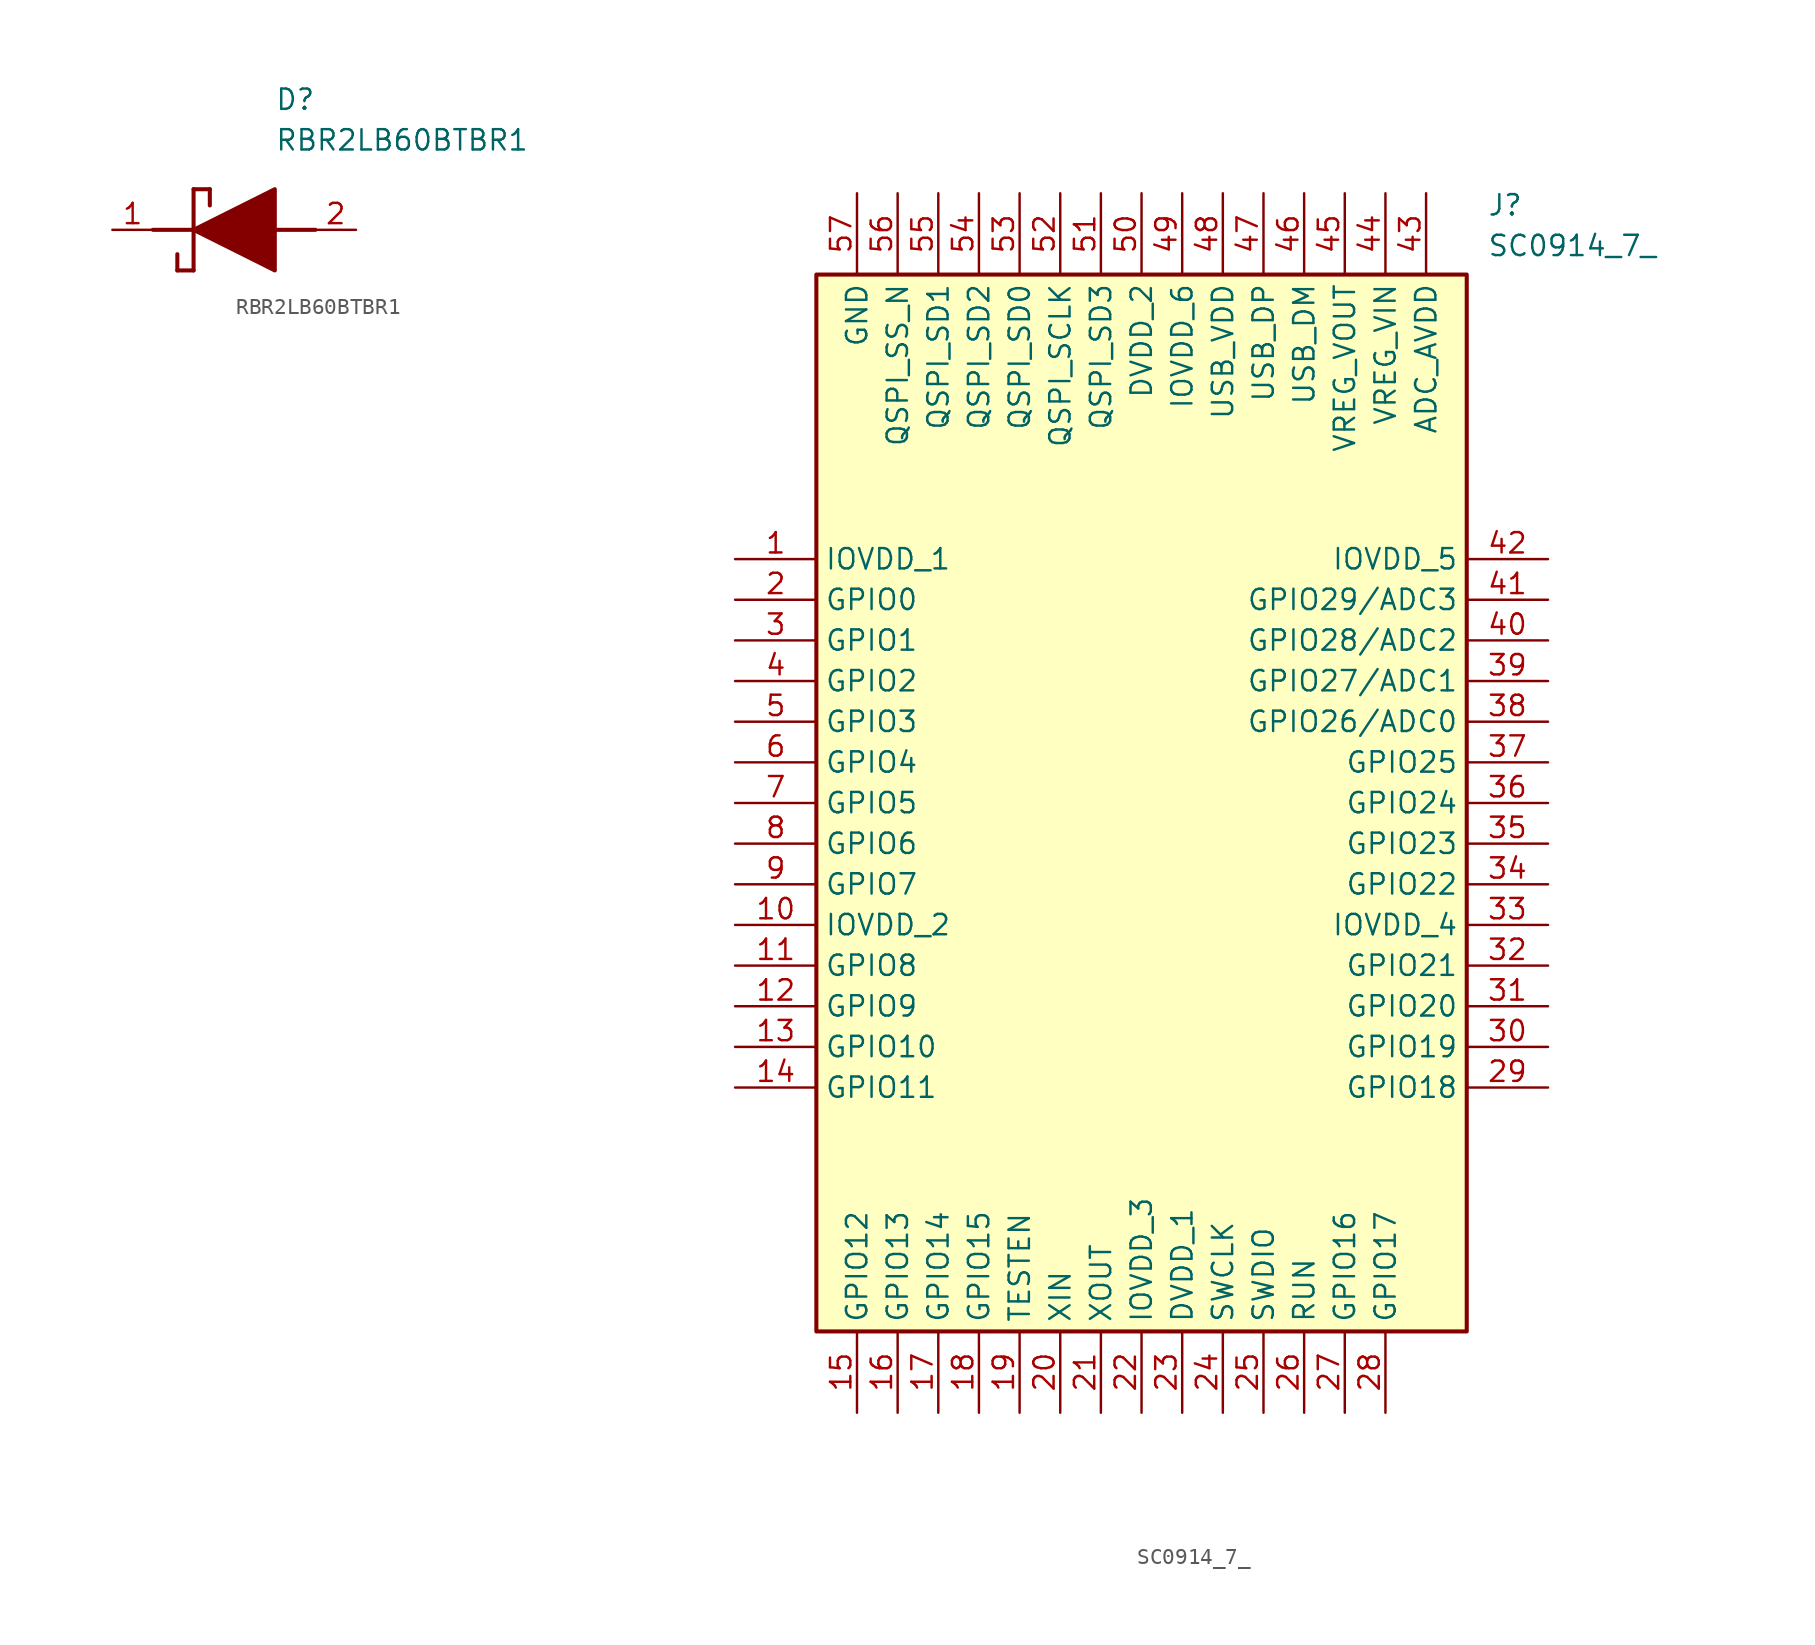
<source format=kicad_sym>
(kicad_symbol_lib
  (version 20231120)
  (generator "kicad_symbol_editor")
  (generator_version "8.0")
  (symbol "RBR2LB60BTBR1"
    (pin_names hide)
    (property "Reference" "D"
      (at 12.7 8.89 0)
      (effects (font (size 1.27 1.27)) (justify left top)))
    (property "Value" "RBR2LB60BTBR1"
      (at 12.7 6.35 0)
      (effects (font (size 1.27 1.27)) (justify left top)))
    (symbol "RBR2LB60BTBR1_1_1"
      (polyline (pts (xy 5.08 0) (xy 7.62 0)) (stroke (width 0.254) (type default)) (fill (type none)))
      (polyline (pts (xy 6.604 -1.524) (xy 6.604 -2.54)) (stroke (width 0.254) (type default)) (fill (type none)))
      (polyline (pts (xy 7.62 -2.54) (xy 6.604 -2.54)) (stroke (width 0.254) (type default)) (fill (type none)))
      (polyline (pts (xy 7.62 2.54) (xy 7.62 -2.54)) (stroke (width 0.254) (type default)) (fill (type none)))
      (polyline (pts (xy 7.62 2.54) (xy 8.636 2.54)) (stroke (width 0.254) (type default)) (fill (type none)))
      (polyline (pts (xy 8.636 1.524) (xy 8.636 2.54)) (stroke (width 0.254) (type default)) (fill (type none)))
      (polyline (pts (xy 12.7 0) (xy 15.24 0)) (stroke (width 0.254) (type default)) (fill (type none)))
      (polyline (pts (xy 7.62 0) (xy 12.7 2.54) (xy 12.7 -2.54) (xy 7.62 0)) (stroke (width 0.254) (type default)) (fill (type outline)))
      (pin passive line (at 2.54 0 0) (length 2.54) (name "K" (effects (font (size 1.27 1.27)))) (number "1" (effects (font (size 1.27 1.27)))))
      (pin passive line (at 17.78 0 180) (length 2.54) (name "A" (effects (font (size 1.27 1.27)))) (number "2" (effects (font (size 1.27 1.27)))))))
  (symbol "SC0914_7_"
    (property "Reference" "J"
      (at 46.99 22.86 0)
      (effects (font (size 1.27 1.27)) (justify left top)))
    (property "Value" "SC0914_7_"
      (at 46.99 20.32 0)
      (effects (font (size 1.27 1.27)) (justify left top)))
    (symbol "SC0914_7__1_1"
      (rectangle (start 5.08 17.78) (end 45.72 -48.26) (stroke (width 0.254) (type default)) (fill (type background)))
      (pin passive line (at 0 0 0) (length 5.08) (name "IOVDD_1" (effects (font (size 1.27 1.27)))) (number "1" (effects (font (size 1.27 1.27)))))
      (pin passive line (at 0 -22.86 0) (length 5.08) (name "IOVDD_2" (effects (font (size 1.27 1.27)))) (number "10" (effects (font (size 1.27 1.27)))))
      (pin passive line (at 0 -25.4 0) (length 5.08) (name "GPIO8" (effects (font (size 1.27 1.27)))) (number "11" (effects (font (size 1.27 1.27)))))
      (pin passive line (at 0 -27.94 0) (length 5.08) (name "GPIO9" (effects (font (size 1.27 1.27)))) (number "12" (effects (font (size 1.27 1.27)))))
      (pin passive line (at 0 -30.48 0) (length 5.08) (name "GPIO10" (effects (font (size 1.27 1.27)))) (number "13" (effects (font (size 1.27 1.27)))))
      (pin passive line (at 0 -33.02 0) (length 5.08) (name "GPIO11" (effects (font (size 1.27 1.27)))) (number "14" (effects (font (size 1.27 1.27)))))
      (pin passive line (at 7.62 -53.34 90) (length 5.08) (name "GPIO12" (effects (font (size 1.27 1.27)))) (number "15" (effects (font (size 1.27 1.27)))))
      (pin passive line (at 10.16 -53.34 90) (length 5.08) (name "GPIO13" (effects (font (size 1.27 1.27)))) (number "16" (effects (font (size 1.27 1.27)))))
      (pin passive line (at 12.7 -53.34 90) (length 5.08) (name "GPIO14" (effects (font (size 1.27 1.27)))) (number "17" (effects (font (size 1.27 1.27)))))
      (pin passive line (at 15.24 -53.34 90) (length 5.08) (name "GPIO15" (effects (font (size 1.27 1.27)))) (number "18" (effects (font (size 1.27 1.27)))))
      (pin passive line (at 17.78 -53.34 90) (length 5.08) (name "TESTEN" (effects (font (size 1.27 1.27)))) (number "19" (effects (font (size 1.27 1.27)))))
      (pin passive line (at 0 -2.54 0) (length 5.08) (name "GPIO0" (effects (font (size 1.27 1.27)))) (number "2" (effects (font (size 1.27 1.27)))))
      (pin passive line (at 20.32 -53.34 90) (length 5.08) (name "XIN" (effects (font (size 1.27 1.27)))) (number "20" (effects (font (size 1.27 1.27)))))
      (pin passive line (at 22.86 -53.34 90) (length 5.08) (name "XOUT" (effects (font (size 1.27 1.27)))) (number "21" (effects (font (size 1.27 1.27)))))
      (pin passive line (at 25.4 -53.34 90) (length 5.08) (name "IOVDD_3" (effects (font (size 1.27 1.27)))) (number "22" (effects (font (size 1.27 1.27)))))
      (pin passive line (at 27.94 -53.34 90) (length 5.08) (name "DVDD_1" (effects (font (size 1.27 1.27)))) (number "23" (effects (font (size 1.27 1.27)))))
      (pin passive line (at 30.48 -53.34 90) (length 5.08) (name "SWCLK" (effects (font (size 1.27 1.27)))) (number "24" (effects (font (size 1.27 1.27)))))
      (pin passive line (at 33.02 -53.34 90) (length 5.08) (name "SWDIO" (effects (font (size 1.27 1.27)))) (number "25" (effects (font (size 1.27 1.27)))))
      (pin passive line (at 35.56 -53.34 90) (length 5.08) (name "RUN" (effects (font (size 1.27 1.27)))) (number "26" (effects (font (size 1.27 1.27)))))
      (pin passive line (at 38.1 -53.34 90) (length 5.08) (name "GPIO16" (effects (font (size 1.27 1.27)))) (number "27" (effects (font (size 1.27 1.27)))))
      (pin passive line (at 40.64 -53.34 90) (length 5.08) (name "GPIO17" (effects (font (size 1.27 1.27)))) (number "28" (effects (font (size 1.27 1.27)))))
      (pin passive line (at 50.8 -33.02 180) (length 5.08) (name "GPIO18" (effects (font (size 1.27 1.27)))) (number "29" (effects (font (size 1.27 1.27)))))
      (pin passive line (at 0 -5.08 0) (length 5.08) (name "GPIO1" (effects (font (size 1.27 1.27)))) (number "3" (effects (font (size 1.27 1.27)))))
      (pin passive line (at 50.8 -30.48 180) (length 5.08) (name "GPIO19" (effects (font (size 1.27 1.27)))) (number "30" (effects (font (size 1.27 1.27)))))
      (pin passive line (at 50.8 -27.94 180) (length 5.08) (name "GPIO20" (effects (font (size 1.27 1.27)))) (number "31" (effects (font (size 1.27 1.27)))))
      (pin passive line (at 50.8 -25.4 180) (length 5.08) (name "GPIO21" (effects (font (size 1.27 1.27)))) (number "32" (effects (font (size 1.27 1.27)))))
      (pin passive line (at 50.8 -22.86 180) (length 5.08) (name "IOVDD_4" (effects (font (size 1.27 1.27)))) (number "33" (effects (font (size 1.27 1.27)))))
      (pin passive line (at 50.8 -20.32 180) (length 5.08) (name "GPIO22" (effects (font (size 1.27 1.27)))) (number "34" (effects (font (size 1.27 1.27)))))
      (pin passive line (at 50.8 -17.78 180) (length 5.08) (name "GPIO23" (effects (font (size 1.27 1.27)))) (number "35" (effects (font (size 1.27 1.27)))))
      (pin passive line (at 50.8 -15.24 180) (length 5.08) (name "GPIO24" (effects (font (size 1.27 1.27)))) (number "36" (effects (font (size 1.27 1.27)))))
      (pin passive line (at 50.8 -12.7 180) (length 5.08) (name "GPIO25" (effects (font (size 1.27 1.27)))) (number "37" (effects (font (size 1.27 1.27)))))
      (pin passive line (at 50.8 -10.16 180) (length 5.08) (name "GPIO26/ADC0" (effects (font (size 1.27 1.27)))) (number "38" (effects (font (size 1.27 1.27)))))
      (pin passive line (at 50.8 -7.62 180) (length 5.08) (name "GPIO27/ADC1" (effects (font (size 1.27 1.27)))) (number "39" (effects (font (size 1.27 1.27)))))
      (pin passive line (at 0 -7.62 0) (length 5.08) (name "GPIO2" (effects (font (size 1.27 1.27)))) (number "4" (effects (font (size 1.27 1.27)))))
      (pin passive line (at 50.8 -5.08 180) (length 5.08) (name "GPIO28/ADC2" (effects (font (size 1.27 1.27)))) (number "40" (effects (font (size 1.27 1.27)))))
      (pin passive line (at 50.8 -2.54 180) (length 5.08) (name "GPIO29/ADC3" (effects (font (size 1.27 1.27)))) (number "41" (effects (font (size 1.27 1.27)))))
      (pin passive line (at 50.8 0 180) (length 5.08) (name "IOVDD_5" (effects (font (size 1.27 1.27)))) (number "42" (effects (font (size 1.27 1.27)))))
      (pin passive line (at 43.18 22.86 270) (length 5.08) (name "ADC_AVDD" (effects (font (size 1.27 1.27)))) (number "43" (effects (font (size 1.27 1.27)))))
      (pin passive line (at 40.64 22.86 270) (length 5.08) (name "VREG_VIN" (effects (font (size 1.27 1.27)))) (number "44" (effects (font (size 1.27 1.27)))))
      (pin passive line (at 38.1 22.86 270) (length 5.08) (name "VREG_VOUT" (effects (font (size 1.27 1.27)))) (number "45" (effects (font (size 1.27 1.27)))))
      (pin passive line (at 35.56 22.86 270) (length 5.08) (name "USB_DM" (effects (font (size 1.27 1.27)))) (number "46" (effects (font (size 1.27 1.27)))))
      (pin passive line (at 33.02 22.86 270) (length 5.08) (name "USB_DP" (effects (font (size 1.27 1.27)))) (number "47" (effects (font (size 1.27 1.27)))))
      (pin passive line (at 30.48 22.86 270) (length 5.08) (name "USB_VDD" (effects (font (size 1.27 1.27)))) (number "48" (effects (font (size 1.27 1.27)))))
      (pin passive line (at 27.94 22.86 270) (length 5.08) (name "IOVDD_6" (effects (font (size 1.27 1.27)))) (number "49" (effects (font (size 1.27 1.27)))))
      (pin passive line (at 0 -10.16 0) (length 5.08) (name "GPIO3" (effects (font (size 1.27 1.27)))) (number "5" (effects (font (size 1.27 1.27)))))
      (pin passive line (at 25.4 22.86 270) (length 5.08) (name "DVDD_2" (effects (font (size 1.27 1.27)))) (number "50" (effects (font (size 1.27 1.27)))))
      (pin passive line (at 22.86 22.86 270) (length 5.08) (name "QSPI_SD3" (effects (font (size 1.27 1.27)))) (number "51" (effects (font (size 1.27 1.27)))))
      (pin passive line (at 20.32 22.86 270) (length 5.08) (name "QSPI_SCLK" (effects (font (size 1.27 1.27)))) (number "52" (effects (font (size 1.27 1.27)))))
      (pin passive line (at 17.78 22.86 270) (length 5.08) (name "QSPI_SD0" (effects (font (size 1.27 1.27)))) (number "53" (effects (font (size 1.27 1.27)))))
      (pin passive line (at 15.24 22.86 270) (length 5.08) (name "QSPI_SD2" (effects (font (size 1.27 1.27)))) (number "54" (effects (font (size 1.27 1.27)))))
      (pin passive line (at 12.7 22.86 270) (length 5.08) (name "QSPI_SD1" (effects (font (size 1.27 1.27)))) (number "55" (effects (font (size 1.27 1.27)))))
      (pin passive line (at 10.16 22.86 270) (length 5.08) (name "QSPI_SS_N" (effects (font (size 1.27 1.27)))) (number "56" (effects (font (size 1.27 1.27)))))
      (pin passive line (at 7.62 22.86 270) (length 5.08) (name "GND" (effects (font (size 1.27 1.27)))) (number "57" (effects (font (size 1.27 1.27)))))
      (pin passive line (at 0 -12.7 0) (length 5.08) (name "GPIO4" (effects (font (size 1.27 1.27)))) (number "6" (effects (font (size 1.27 1.27)))))
      (pin passive line (at 0 -15.24 0) (length 5.08) (name "GPIO5" (effects (font (size 1.27 1.27)))) (number "7" (effects (font (size 1.27 1.27)))))
      (pin passive line (at 0 -17.78 0) (length 5.08) (name "GPIO6" (effects (font (size 1.27 1.27)))) (number "8" (effects (font (size 1.27 1.27)))))
      (pin passive line (at 0 -20.32 0) (length 5.08) (name "GPIO7" (effects (font (size 1.27 1.27)))) (number "9" (effects (font (size 1.27 1.27))))))))
</source>
